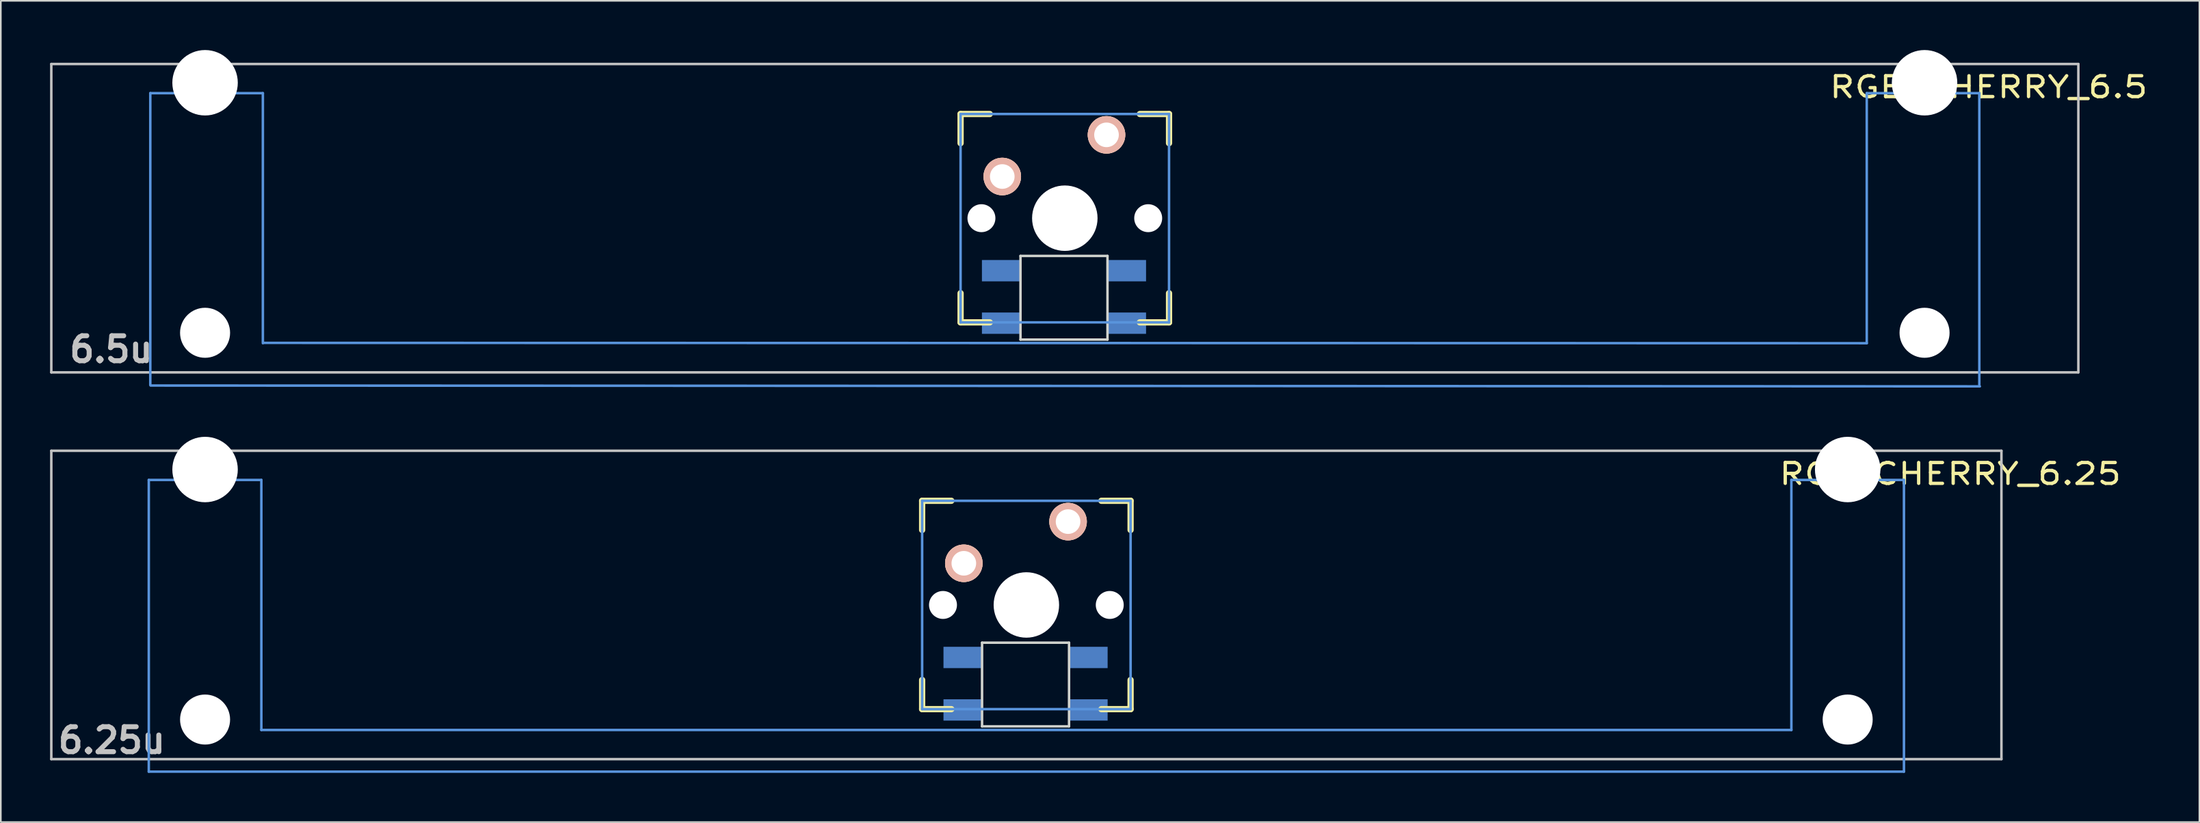
<source format=kicad_pcb>
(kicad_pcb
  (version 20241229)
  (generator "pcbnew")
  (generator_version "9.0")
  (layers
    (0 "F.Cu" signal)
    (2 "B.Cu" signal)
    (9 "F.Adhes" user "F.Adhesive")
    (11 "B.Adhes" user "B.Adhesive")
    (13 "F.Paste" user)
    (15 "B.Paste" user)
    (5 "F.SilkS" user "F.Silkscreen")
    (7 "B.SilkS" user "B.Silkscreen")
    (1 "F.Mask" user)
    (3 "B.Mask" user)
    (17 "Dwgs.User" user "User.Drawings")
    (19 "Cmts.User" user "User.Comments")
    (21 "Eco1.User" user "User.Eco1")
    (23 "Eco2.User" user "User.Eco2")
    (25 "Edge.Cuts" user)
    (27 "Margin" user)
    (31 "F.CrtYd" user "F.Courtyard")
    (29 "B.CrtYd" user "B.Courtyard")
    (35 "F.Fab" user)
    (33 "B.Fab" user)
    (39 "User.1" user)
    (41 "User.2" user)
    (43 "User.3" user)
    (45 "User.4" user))
  (footprint "RGB_CHERRY_6.5"
    (layer "F.Cu")
    (at 61.824 10.249)
    (property "Reference" "RGB_CHERRY_6.5" (at 56.285 -7.99 0) (layer "F.SilkS") (effects (font (size 1.27 1.524) (thickness 0.203))))
    (attr through_hole)
    (fp_line (start -6.35 -6.35) (end -4.572 -6.35) (stroke (width 0.381) (type solid)) (layer "F.SilkS"))
    (fp_line (start -6.35 -4.572) (end -6.35 -6.35) (stroke (width 0.381) (type solid)) (layer "F.SilkS"))
    (fp_line (start -6.35 6.35) (end -6.35 4.572) (stroke (width 0.381) (type solid)) (layer "F.SilkS"))
    (fp_line (start -4.572 6.35) (end -6.35 6.35) (stroke (width 0.381) (type solid)) (layer "F.SilkS"))
    (fp_line (start 4.572 -6.35) (end 6.35 -6.35) (stroke (width 0.381) (type solid)) (layer "F.SilkS"))
    (fp_line (start 6.35 -6.35) (end 6.35 -4.572) (stroke (width 0.381) (type solid)) (layer "F.SilkS"))
    (fp_line (start 6.35 4.572) (end 6.35 6.35) (stroke (width 0.381) (type solid)) (layer "F.SilkS"))
    (fp_line (start 6.35 6.35) (end 4.572 6.35) (stroke (width 0.381) (type solid)) (layer "F.SilkS"))
    (fp_line (start -61.748 -9.398) (end 61.748 -9.398) (stroke (width 0.152) (type solid)) (layer "Dwgs.User"))
    (fp_line (start -61.748 9.398) (end -61.748 -9.398) (stroke (width 0.152) (type solid)) (layer "Dwgs.User"))
    (fp_line (start 61.748 9.398) (end -61.748 9.398) (stroke (width 0.152) (type solid)) (layer "Dwgs.User"))
    (fp_line (start 61.75 -9.398) (end 61.75 9.398) (stroke (width 0.152) (type solid)) (layer "Dwgs.User"))
    (fp_line (start -55.717 -7.62) (end -55.717 10.16) (stroke (width 0.152) (type solid)) (layer "Cmts.User"))
    (fp_line (start -55.7 10.2) (end 55.75 10.25) (stroke (width 0.152) (type solid)) (layer "Cmts.User"))
    (fp_line (start -48.859 -7.62) (end -55.717 -7.62) (stroke (width 0.152) (type solid)) (layer "Cmts.User"))
    (fp_line (start -48.859 7.62) (end -48.859 -7.62) (stroke (width 0.152) (type solid)) (layer "Cmts.User"))
    (fp_line (start -6.35 -6.35) (end 6.35 -6.35) (stroke (width 0.152) (type solid)) (layer "Cmts.User"))
    (fp_line (start -6.35 6.35) (end -6.35 -6.35) (stroke (width 0.152) (type solid)) (layer "Cmts.User"))
    (fp_line (start 6.35 -6.35) (end 6.35 6.35) (stroke (width 0.152) (type solid)) (layer "Cmts.User"))
    (fp_line (start 6.35 6.35) (end -6.35 6.35) (stroke (width 0.152) (type solid)) (layer "Cmts.User"))
    (fp_line (start 48.859 -7.62) (end 48.859 7.62) (stroke (width 0.152) (type solid)) (layer "Cmts.User"))
    (fp_line (start 48.859 7.62) (end -48.8 7.6) (stroke (width 0.152) (type solid)) (layer "Cmts.User"))
    (fp_line (start 55.717 -7.62) (end 48.859 -7.62) (stroke (width 0.152) (type solid)) (layer "Cmts.User"))
    (fp_line (start 55.717 10.16) (end 55.717 -7.62) (stroke (width 0.152) (type solid)) (layer "Cmts.User"))
    (fp_line (start -55.615 -5.69) (end -48.961 -5.69) (stroke (width 0.152) (type solid)) (layer "Eco2.User"))
    (fp_line (start -55.615 -2.286) (end -55.615 -5.69) (stroke (width 0.152) (type solid)) (layer "Eco2.User"))
    (fp_line (start -55.615 6.604) (end -55.615 0.508) (stroke (width 0.152) (type solid)) (layer "Eco2.User"))
    (fp_line (start -54.574 6.604) (end -55.615 6.604) (stroke (width 0.152) (type solid)) (layer "Eco2.User"))
    (fp_line (start -54.574 7.772) (end -54.574 6.604) (stroke (width 0.152) (type solid)) (layer "Eco2.User"))
    (fp_line (start -54.229 -2.286) (end -53.365 -2.286) (stroke (width 0.152) (type solid)) (layer "Eco2.User"))
    (fp_line (start -54.229 0.508) (end -54.229 -2.286) (stroke (width 0.152) (type solid)) (layer "Eco2.User"))
    (fp_line (start -53.365 0.508) (end -54.229 0.508) (stroke (width 0.152) (type solid)) (layer "Eco2.User"))
    (fp_line (start -50.002 6.604) (end -50.002 7.772) (stroke (width 0.152) (type solid)) (layer "Eco2.User"))
    (fp_line (start -50.002 7.772) (end -54.574 7.772) (stroke (width 0.152) (type solid)) (layer "Eco2.User"))
    (fp_line (start -49 -2.286) (end -7 -2.3) (stroke (width 0.152) (type solid)) (layer "Eco2.User"))
    (fp_line (start -48.961 -5.69) (end -48.961 -2.286) (stroke (width 0.152) (type solid)) (layer "Eco2.User"))
    (fp_line (start -48.961 2.286) (end -48.961 6.604) (stroke (width 0.152) (type solid)) (layer "Eco2.User"))
    (fp_line (start -48.961 6.604) (end -50.002 6.604) (stroke (width 0.152) (type solid)) (layer "Eco2.User"))
    (fp_line (start -7 2.3) (end -49 2.286) (stroke (width 0.152) (type solid)) (layer "Eco2.User"))
    (fp_line (start -6.985 -6.985) (end 6.985 -6.985) (stroke (width 0.152) (type solid)) (layer "Eco2.User"))
    (fp_line (start -6.985 -2.286) (end -6.985 -6.985) (stroke (width 0.152) (type solid)) (layer "Eco2.User"))
    (fp_line (start -6.985 6.985) (end -6.985 2.286) (stroke (width 0.152) (type solid)) (layer "Eco2.User"))
    (fp_line (start 6.985 -6.985) (end 6.985 -2.286) (stroke (width 0.152) (type solid)) (layer "Eco2.User"))
    (fp_line (start 6.985 2.286) (end 6.985 6.985) (stroke (width 0.152) (type solid)) (layer "Eco2.User"))
    (fp_line (start 6.985 6.985) (end -6.985 6.985) (stroke (width 0.152) (type solid)) (layer "Eco2.User"))
    (fp_line (start 7 -2.3) (end 48.961 -2.286) (stroke (width 0.152) (type solid)) (layer "Eco2.User"))
    (fp_line (start 48.961 -5.69) (end 55.615 -5.69) (stroke (width 0.152) (type solid)) (layer "Eco2.User"))
    (fp_line (start 48.961 -2.286) (end 48.961 -5.69) (stroke (width 0.152) (type solid)) (layer "Eco2.User"))
    (fp_line (start 48.961 2.286) (end 7 2.3) (stroke (width 0.152) (type solid)) (layer "Eco2.User"))
    (fp_line (start 48.961 6.604) (end 48.961 2.286) (stroke (width 0.152) (type solid)) (layer "Eco2.User"))
    (fp_line (start 50.002 6.604) (end 48.961 6.604) (stroke (width 0.152) (type solid)) (layer "Eco2.User"))
    (fp_line (start 50.002 7.772) (end 50.002 6.604) (stroke (width 0.152) (type solid)) (layer "Eco2.User"))
    (fp_line (start 54.574 6.604) (end 54.574 7.772) (stroke (width 0.152) (type solid)) (layer "Eco2.User"))
    (fp_line (start 54.574 7.772) (end 50.002 7.772) (stroke (width 0.152) (type solid)) (layer "Eco2.User"))
    (fp_line (start 55.615 -5.69) (end 55.615 -2.286) (stroke (width 0.152) (type solid)) (layer "Eco2.User"))
    (fp_line (start 55.615 -2.286) (end 56.479 -2.286) (stroke (width 0.152) (type solid)) (layer "Eco2.User"))
    (fp_line (start 55.615 0.508) (end 55.615 6.604) (stroke (width 0.152) (type solid)) (layer "Eco2.User"))
    (fp_line (start 55.615 6.604) (end 54.574 6.604) (stroke (width 0.152) (type solid)) (layer "Eco2.User"))
    (fp_line (start 56.479 -2.286) (end 56.479 0.508) (stroke (width 0.152) (type solid)) (layer "Eco2.User"))
    (fp_line (start 56.479 0.508) (end 55.615 0.508) (stroke (width 0.152) (type solid)) (layer "Eco2.User"))
    (fp_line (start -2.7 2.3) (end -2.7 7.4) (stroke (width 0.15) (type solid)) (layer "Edge.Cuts"))
    (fp_line (start -2.7 2.3) (end 2.6 2.3) (stroke (width 0.15) (type solid)) (layer "Edge.Cuts"))
    (fp_line (start 2.6 2.3) (end 2.6 7.4) (stroke (width 0.15) (type solid)) (layer "Edge.Cuts"))
    (fp_line (start 2.6 7.4) (end -2.7 7.4) (stroke (width 0.15) (type solid)) (layer "Edge.Cuts"))
    (fp_text user "6.5u" (at -58.1 8 0) (layer "Dwgs.User") (effects (font (size 1.524 1.524) (thickness 0.305))))
    (pad "" np_thru_hole circle (at -52.38 -8.255) (size 3.988 3.988) (drill 3.988) (layers "*.Cu"))
    (pad "" np_thru_hole circle (at -52.38 6.985) (size 3.048 3.048) (drill 3.048) (layers "*.Cu"))
    (pad "" np_thru_hole circle (at -5.08 0) (size 1.702 1.702) (drill 1.702) (layers "*.Cu"))
    (pad "" np_thru_hole circle (at 0 0) (size 3.988 3.988) (drill 3.988) (layers "*.Cu"))
    (pad "" np_thru_hole circle (at 5.08 0) (size 1.702 1.702) (drill 1.702) (layers "*.Cu"))
    (pad "" np_thru_hole circle (at 52.38 -8.255) (size 3.988 3.988) (drill 3.988) (layers "*.Cu"))
    (pad "" np_thru_hole circle (at 52.38 6.985) (size 3.048 3.048) (drill 3.048) (layers "*.Cu"))
    (pad "1" thru_hole circle (at 2.54 -5.08) (size 2.286 2.286) (drill 1.499) (layers "*.Cu" "*.SilkS" "*.Mask"))
    (pad "2" thru_hole circle (at -3.81 -2.54) (size 2.286 2.286) (drill 1.499) (layers "*.Cu" "*.SilkS" "*.Mask"))
    (pad "3" smd rect (at -2.8 3.2) (size 2.3 1.3) (drill (offset -1.1 0)) (layers "B.Cu" "B.Mask" "B.Paste"))
    (pad "4" smd rect (at -2.8 6.4) (size 2.3 1.3) (drill (offset -1.1 0)) (layers "B.Cu" "B.Mask" "B.Paste"))
    (pad "5" smd rect (at 2.7 6.4) (size 2.3 1.3) (drill (offset 1.1 0)) (layers "B.Cu" "B.Mask" "B.Paste"))
    (pad "6" smd rect (at 2.7 3.2) (size 2.3 1.3) (drill (offset 1.1 0)) (layers "B.Cu" "B.Mask" "B.Paste")))
  (footprint "RGB_CHERRY_6.25"
    (layer "F.Cu")
    (at 59.482 33.824)
    (property "Reference" "RGB_CHERRY_6.25" (at 56.285 -7.99 0) (layer "F.SilkS") (effects (font (size 1.27 1.524) (thickness 0.203))))
    (attr through_hole)
    (fp_line (start -6.35 -6.35) (end -4.572 -6.35) (stroke (width 0.381) (type solid)) (layer "F.SilkS"))
    (fp_line (start -6.35 -4.572) (end -6.35 -6.35) (stroke (width 0.381) (type solid)) (layer "F.SilkS"))
    (fp_line (start -6.35 6.35) (end -6.35 4.572) (stroke (width 0.381) (type solid)) (layer "F.SilkS"))
    (fp_line (start -4.572 6.35) (end -6.35 6.35) (stroke (width 0.381) (type solid)) (layer "F.SilkS"))
    (fp_line (start 4.572 -6.35) (end 6.35 -6.35) (stroke (width 0.381) (type solid)) (layer "F.SilkS"))
    (fp_line (start 6.35 -6.35) (end 6.35 -4.572) (stroke (width 0.381) (type solid)) (layer "F.SilkS"))
    (fp_line (start 6.35 4.572) (end 6.35 6.35) (stroke (width 0.381) (type solid)) (layer "F.SilkS"))
    (fp_line (start 6.35 6.35) (end 4.572 6.35) (stroke (width 0.381) (type solid)) (layer "F.SilkS"))
    (fp_line (start -59.406 -9.398) (end 59.406 -9.398) (stroke (width 0.152) (type solid)) (layer "Dwgs.User"))
    (fp_line (start -59.406 9.398) (end -59.406 -9.398) (stroke (width 0.152) (type solid)) (layer "Dwgs.User"))
    (fp_line (start 59.406 -9.398) (end 59.406 9.398) (stroke (width 0.152) (type solid)) (layer "Dwgs.User"))
    (fp_line (start 59.406 9.398) (end -59.406 9.398) (stroke (width 0.152) (type solid)) (layer "Dwgs.User"))
    (fp_line (start -53.467 -7.62) (end -53.467 10.16) (stroke (width 0.152) (type solid)) (layer "Cmts.User"))
    (fp_line (start -53.467 10.16) (end 53.467 10.16) (stroke (width 0.152) (type solid)) (layer "Cmts.User"))
    (fp_line (start -46.609 -7.62) (end -53.467 -7.62) (stroke (width 0.152) (type solid)) (layer "Cmts.User"))
    (fp_line (start -46.609 7.62) (end -46.609 -7.62) (stroke (width 0.152) (type solid)) (layer "Cmts.User"))
    (fp_line (start -6.35 -6.35) (end 6.35 -6.35) (stroke (width 0.152) (type solid)) (layer "Cmts.User"))
    (fp_line (start -6.35 6.35) (end -6.35 -6.35) (stroke (width 0.152) (type solid)) (layer "Cmts.User"))
    (fp_line (start 6.35 -6.35) (end 6.35 6.35) (stroke (width 0.152) (type solid)) (layer "Cmts.User"))
    (fp_line (start 6.35 6.35) (end -6.35 6.35) (stroke (width 0.152) (type solid)) (layer "Cmts.User"))
    (fp_line (start 46.609 -7.62) (end 46.609 7.62) (stroke (width 0.152) (type solid)) (layer "Cmts.User"))
    (fp_line (start 46.609 7.62) (end -46.609 7.62) (stroke (width 0.152) (type solid)) (layer "Cmts.User"))
    (fp_line (start 53.467 -7.62) (end 46.609 -7.62) (stroke (width 0.152) (type solid)) (layer "Cmts.User"))
    (fp_line (start 53.467 10.16) (end 53.467 -7.62) (stroke (width 0.152) (type solid)) (layer "Cmts.User"))
    (fp_line (start -54.229 -2.286) (end -53.365 -2.286) (stroke (width 0.152) (type solid)) (layer "Eco2.User"))
    (fp_line (start -54.229 0.508) (end -54.229 -2.286) (stroke (width 0.152) (type solid)) (layer "Eco2.User"))
    (fp_line (start -53.365 -5.69) (end -46.711 -5.69) (stroke (width 0.152) (type solid)) (layer "Eco2.User"))
    (fp_line (start -53.365 -2.286) (end -53.365 -5.69) (stroke (width 0.152) (type solid)) (layer "Eco2.User"))
    (fp_line (start -53.365 0.508) (end -54.229 0.508) (stroke (width 0.152) (type solid)) (layer "Eco2.User"))
    (fp_line (start -53.365 6.604) (end -53.365 0.508) (stroke (width 0.152) (type solid)) (layer "Eco2.User"))
    (fp_line (start -52.324 6.604) (end -53.365 6.604) (stroke (width 0.152) (type solid)) (layer "Eco2.User"))
    (fp_line (start -52.324 7.772) (end -52.324 6.604) (stroke (width 0.152) (type solid)) (layer "Eco2.User"))
    (fp_line (start -47.752 6.604) (end -47.752 7.772) (stroke (width 0.152) (type solid)) (layer "Eco2.User"))
    (fp_line (start -47.752 7.772) (end -52.324 7.772) (stroke (width 0.152) (type solid)) (layer "Eco2.User"))
    (fp_line (start -46.711 -5.69) (end -46.711 -2.286) (stroke (width 0.152) (type solid)) (layer "Eco2.User"))
    (fp_line (start -46.711 -2.286) (end -6.985 -2.286) (stroke (width 0.152) (type solid)) (layer "Eco2.User"))
    (fp_line (start -46.711 2.286) (end -46.711 6.604) (stroke (width 0.152) (type solid)) (layer "Eco2.User"))
    (fp_line (start -46.711 6.604) (end -47.752 6.604) (stroke (width 0.152) (type solid)) (layer "Eco2.User"))
    (fp_line (start -6.985 -6.985) (end 6.985 -6.985) (stroke (width 0.152) (type solid)) (layer "Eco2.User"))
    (fp_line (start -6.985 -2.286) (end -6.985 -6.985) (stroke (width 0.152) (type solid)) (layer "Eco2.User"))
    (fp_line (start -6.985 2.286) (end -46.711 2.286) (stroke (width 0.152) (type solid)) (layer "Eco2.User"))
    (fp_line (start -6.985 6.985) (end -6.985 2.286) (stroke (width 0.152) (type solid)) (layer "Eco2.User"))
    (fp_line (start 6.985 -6.985) (end 6.985 -2.286) (stroke (width 0.152) (type solid)) (layer "Eco2.User"))
    (fp_line (start 6.985 -2.286) (end 46.711 -2.286) (stroke (width 0.152) (type solid)) (layer "Eco2.User"))
    (fp_line (start 6.985 2.286) (end 6.985 6.985) (stroke (width 0.152) (type solid)) (layer "Eco2.User"))
    (fp_line (start 6.985 6.985) (end -6.985 6.985) (stroke (width 0.152) (type solid)) (layer "Eco2.User"))
    (fp_line (start 46.711 -5.69) (end 53.365 -5.69) (stroke (width 0.152) (type solid)) (layer "Eco2.User"))
    (fp_line (start 46.711 -2.286) (end 46.711 -5.69) (stroke (width 0.152) (type solid)) (layer "Eco2.User"))
    (fp_line (start 46.711 2.286) (end 6.985 2.286) (stroke (width 0.152) (type solid)) (layer "Eco2.User"))
    (fp_line (start 46.711 6.604) (end 46.711 2.286) (stroke (width 0.152) (type solid)) (layer "Eco2.User"))
    (fp_line (start 47.752 6.604) (end 46.711 6.604) (stroke (width 0.152) (type solid)) (layer "Eco2.User"))
    (fp_line (start 47.752 7.772) (end 47.752 6.604) (stroke (width 0.152) (type solid)) (layer "Eco2.User"))
    (fp_line (start 52.324 6.604) (end 52.324 7.772) (stroke (width 0.152) (type solid)) (layer "Eco2.User"))
    (fp_line (start 52.324 7.772) (end 47.752 7.772) (stroke (width 0.152) (type solid)) (layer "Eco2.User"))
    (fp_line (start 53.365 -5.69) (end 53.365 -2.286) (stroke (width 0.152) (type solid)) (layer "Eco2.User"))
    (fp_line (start 53.365 -2.286) (end 54.229 -2.286) (stroke (width 0.152) (type solid)) (layer "Eco2.User"))
    (fp_line (start 53.365 0.508) (end 53.365 6.604) (stroke (width 0.152) (type solid)) (layer "Eco2.User"))
    (fp_line (start 53.365 6.604) (end 52.324 6.604) (stroke (width 0.152) (type solid)) (layer "Eco2.User"))
    (fp_line (start 54.229 -2.286) (end 54.229 0.508) (stroke (width 0.152) (type solid)) (layer "Eco2.User"))
    (fp_line (start 54.229 0.508) (end 53.365 0.508) (stroke (width 0.152) (type solid)) (layer "Eco2.User"))
    (fp_line (start -2.7 2.3) (end -2.7 7.4) (stroke (width 0.15) (type solid)) (layer "Edge.Cuts"))
    (fp_line (start -2.7 2.3) (end 2.6 2.3) (stroke (width 0.15) (type solid)) (layer "Edge.Cuts"))
    (fp_line (start 2.6 2.3) (end 2.6 7.4) (stroke (width 0.15) (type solid)) (layer "Edge.Cuts"))
    (fp_line (start 2.6 7.4) (end -2.7 7.4) (stroke (width 0.15) (type solid)) (layer "Edge.Cuts"))
    (fp_text user "6.25u" (at -55.723 8.255 0) (layer "Dwgs.User") (effects (font (size 1.524 1.524) (thickness 0.305))))
    (pad "" np_thru_hole circle (at -50.038 -8.255) (size 3.988 3.988) (drill 3.988) (layers "*.Cu"))
    (pad "" np_thru_hole circle (at -50.038 6.985) (size 3.048 3.048) (drill 3.048) (layers "*.Cu"))
    (pad "" np_thru_hole circle (at -5.08 0) (size 1.702 1.702) (drill 1.702) (layers "*.Cu"))
    (pad "" np_thru_hole circle (at 0 0) (size 3.988 3.988) (drill 3.988) (layers "*.Cu"))
    (pad "" np_thru_hole circle (at 5.08 0) (size 1.702 1.702) (drill 1.702) (layers "*.Cu"))
    (pad "" np_thru_hole circle (at 50.038 -8.255) (size 3.988 3.988) (drill 3.988) (layers "*.Cu"))
    (pad "" np_thru_hole circle (at 50.038 6.985) (size 3.048 3.048) (drill 3.048) (layers "*.Cu"))
    (pad "1" thru_hole circle (at 2.54 -5.08) (size 2.286 2.286) (drill 1.499) (layers "*.Cu" "*.SilkS" "*.Mask"))
    (pad "2" thru_hole circle (at -3.81 -2.54) (size 2.286 2.286) (drill 1.499) (layers "*.Cu" "*.SilkS" "*.Mask"))
    (pad "3" smd rect (at -2.8 3.2) (size 2.3 1.3) (drill (offset -1.1 0)) (layers "B.Cu" "B.Mask" "B.Paste"))
    (pad "4" smd rect (at -2.8 6.4) (size 2.3 1.3) (drill (offset -1.1 0)) (layers "B.Cu" "B.Mask" "B.Paste"))
    (pad "5" smd rect (at 2.7 6.4) (size 2.3 1.3) (drill (offset 1.1 0)) (layers "B.Cu" "B.Mask" "B.Paste"))
    (pad "6" smd rect (at 2.7 3.2) (size 2.3 1.3) (drill (offset 1.1 0)) (layers "B.Cu" "B.Mask" "B.Paste")))
  (gr_rect
    (start -3 -3)
    (end 130.949 47.06)
    (stroke (width 0.1) (type default))
    (fill no)
    (layer "Edge.Cuts")))
</source>
